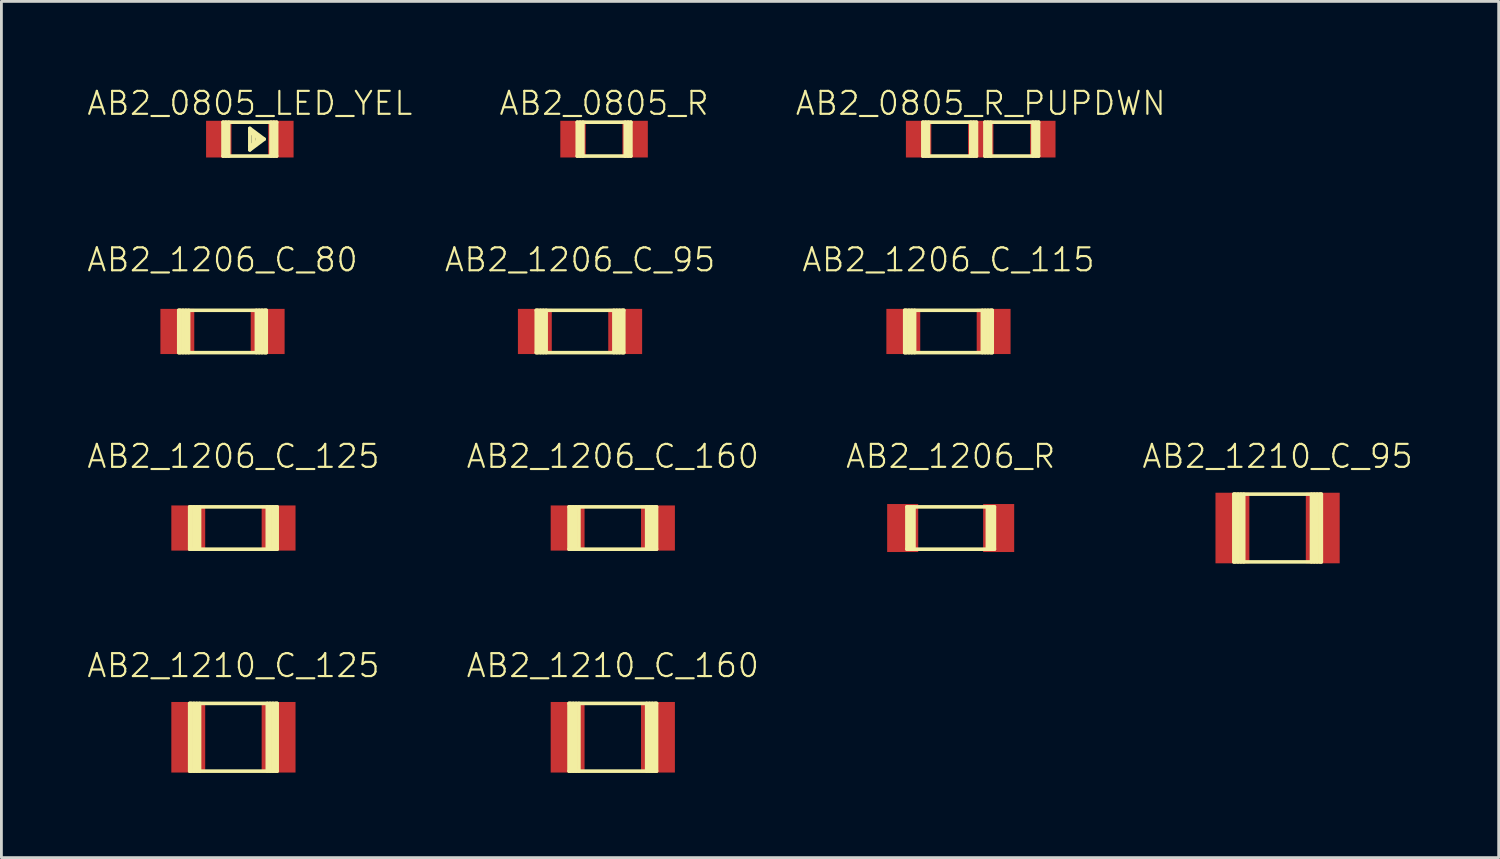
<source format=kicad_pcb>
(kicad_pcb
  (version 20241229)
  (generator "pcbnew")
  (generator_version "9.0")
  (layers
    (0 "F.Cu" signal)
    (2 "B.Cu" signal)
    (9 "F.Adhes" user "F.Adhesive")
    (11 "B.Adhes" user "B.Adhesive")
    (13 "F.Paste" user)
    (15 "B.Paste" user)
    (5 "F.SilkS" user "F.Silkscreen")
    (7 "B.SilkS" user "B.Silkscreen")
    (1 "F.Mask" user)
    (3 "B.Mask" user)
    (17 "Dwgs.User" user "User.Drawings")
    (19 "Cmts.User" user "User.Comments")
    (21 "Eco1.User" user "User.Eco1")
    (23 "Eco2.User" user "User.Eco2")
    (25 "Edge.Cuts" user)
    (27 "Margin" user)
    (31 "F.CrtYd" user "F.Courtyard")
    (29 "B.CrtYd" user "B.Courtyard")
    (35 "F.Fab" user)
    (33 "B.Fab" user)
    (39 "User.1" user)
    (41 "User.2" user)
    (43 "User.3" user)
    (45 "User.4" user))
  (footprint "AB2_1206_C_95"
    (layer "F.Cu")
    (at 17.497 8.692)
    (property "Reference" "AB2_1206_C_95" (at 0 -2.54 0) (layer "F.SilkS") (effects (font (size 0.813 0.813) (thickness 0.076))))
    (attr through_hole)
    (fp_line (start -1.55 -0.75) (end 1.55 -0.75) (stroke (width 0.127) (type solid)) (layer "F.SilkS"))
    (fp_line (start -1.55 0.75) (end -1.55 -0.75) (stroke (width 0.127) (type solid)) (layer "F.SilkS"))
    (fp_line (start -1.5 0.75) (end -1.5 -0.75) (stroke (width 0.127) (type solid)) (layer "F.SilkS"))
    (fp_line (start -1.4 -0.75) (end -1.4 0.75) (stroke (width 0.127) (type solid)) (layer "F.SilkS"))
    (fp_line (start -1.3 0.75) (end -1.3 -0.75) (stroke (width 0.127) (type solid)) (layer "F.SilkS"))
    (fp_line (start -1.2 -0.75) (end -1.2 0.75) (stroke (width 0.127) (type solid)) (layer "F.SilkS"))
    (fp_line (start 1.2 -0.75) (end 1.2 0.75) (stroke (width 0.127) (type solid)) (layer "F.SilkS"))
    (fp_line (start 1.3 0.75) (end 1.3 -0.75) (stroke (width 0.127) (type solid)) (layer "F.SilkS"))
    (fp_line (start 1.4 -0.75) (end 1.4 0.75) (stroke (width 0.127) (type solid)) (layer "F.SilkS"))
    (fp_line (start 1.5 0.75) (end 1.5 -0.75) (stroke (width 0.127) (type solid)) (layer "F.SilkS"))
    (fp_line (start 1.55 -0.75) (end 1.55 0.75) (stroke (width 0.127) (type solid)) (layer "F.SilkS"))
    (fp_line (start 1.55 0.75) (end -1.55 0.75) (stroke (width 0.127) (type solid)) (layer "F.SilkS"))
    (pad "1" smd rect (at -1.6 0) (size 1.2 1.6) (layers "F.Cu" "F.Mask" "F.Paste"))
    (pad "2" smd rect (at 1.6 0) (size 1.2 1.6) (layers "F.Cu" "F.Mask" "F.Paste")))
  (footprint "AB2_1210_C_125"
    (layer "F.Cu")
    (at 5.219 23.067)
    (property "Reference" "AB2_1210_C_125" (at 0 -2.54 0) (layer "F.SilkS") (effects (font (size 0.813 0.813) (thickness 0.076))))
    (attr through_hole)
    (fp_line (start -1.55 -1.2) (end 1.55 -1.2) (stroke (width 0.127) (type solid)) (layer "F.SilkS"))
    (fp_line (start -1.55 1.2) (end -1.55 -1.2) (stroke (width 0.127) (type solid)) (layer "F.SilkS"))
    (fp_line (start -1.5 -1.2) (end -1.5 1.2) (stroke (width 0.127) (type solid)) (layer "F.SilkS"))
    (fp_line (start -1.4 1.2) (end -1.4 -1.2) (stroke (width 0.127) (type solid)) (layer "F.SilkS"))
    (fp_line (start -1.3 -1.2) (end -1.3 1.2) (stroke (width 0.127) (type solid)) (layer "F.SilkS"))
    (fp_line (start -1.2 1.2) (end -1.2 -1.2) (stroke (width 0.127) (type solid)) (layer "F.SilkS"))
    (fp_line (start 1.2 1.2) (end 1.2 -1.2) (stroke (width 0.127) (type solid)) (layer "F.SilkS"))
    (fp_line (start 1.3 -1.2) (end 1.3 1.2) (stroke (width 0.127) (type solid)) (layer "F.SilkS"))
    (fp_line (start 1.4 1.2) (end 1.4 -1.2) (stroke (width 0.127) (type solid)) (layer "F.SilkS"))
    (fp_line (start 1.5 -1.2) (end 1.5 1.2) (stroke (width 0.127) (type solid)) (layer "F.SilkS"))
    (fp_line (start 1.55 -1.2) (end 1.55 1.2) (stroke (width 0.127) (type solid)) (layer "F.SilkS"))
    (fp_line (start 1.55 1.2) (end -1.55 1.2) (stroke (width 0.127) (type solid)) (layer "F.SilkS"))
    (pad "1" smd rect (at -1.6 0) (size 1.2 2.5) (layers "F.Cu" "F.Mask" "F.Paste"))
    (pad "2" smd rect (at 1.6 0) (size 1.2 2.5) (layers "F.Cu" "F.Mask" "F.Paste")))
  (footprint "AB2_1206_C_115"
    (layer "F.Cu")
    (at 30.549 8.692)
    (property "Reference" "AB2_1206_C_115" (at 0 -2.54 0) (layer "F.SilkS") (effects (font (size 0.813 0.813) (thickness 0.076))))
    (attr through_hole)
    (fp_line (start -1.55 -0.75) (end 1.55 -0.75) (stroke (width 0.127) (type solid)) (layer "F.SilkS"))
    (fp_line (start -1.55 0.75) (end -1.55 -0.75) (stroke (width 0.127) (type solid)) (layer "F.SilkS"))
    (fp_line (start -1.5 0.75) (end -1.5 -0.75) (stroke (width 0.127) (type solid)) (layer "F.SilkS"))
    (fp_line (start -1.4 -0.75) (end -1.4 0.75) (stroke (width 0.127) (type solid)) (layer "F.SilkS"))
    (fp_line (start -1.3 0.75) (end -1.3 -0.75) (stroke (width 0.127) (type solid)) (layer "F.SilkS"))
    (fp_line (start -1.2 -0.75) (end -1.2 0.75) (stroke (width 0.127) (type solid)) (layer "F.SilkS"))
    (fp_line (start 1.2 -0.75) (end 1.2 0.75) (stroke (width 0.127) (type solid)) (layer "F.SilkS"))
    (fp_line (start 1.3 0.75) (end 1.3 -0.75) (stroke (width 0.127) (type solid)) (layer "F.SilkS"))
    (fp_line (start 1.4 -0.75) (end 1.4 0.75) (stroke (width 0.127) (type solid)) (layer "F.SilkS"))
    (fp_line (start 1.5 0.75) (end 1.5 -0.75) (stroke (width 0.127) (type solid)) (layer "F.SilkS"))
    (fp_line (start 1.55 -0.75) (end 1.55 0.75) (stroke (width 0.127) (type solid)) (layer "F.SilkS"))
    (fp_line (start 1.55 0.75) (end -1.55 0.75) (stroke (width 0.127) (type solid)) (layer "F.SilkS"))
    (pad "1" smd rect (at -1.6 0) (size 1.2 1.6) (layers "F.Cu" "F.Mask" "F.Paste"))
    (pad "2" smd rect (at 1.6 0) (size 1.2 1.6) (layers "F.Cu" "F.Mask" "F.Paste")))
  (footprint "AB2_1206_C_125"
    (layer "F.Cu")
    (at 5.219 15.655)
    (property "Reference" "AB2_1206_C_125" (at 0 -2.54 0) (layer "F.SilkS") (effects (font (size 0.813 0.813) (thickness 0.076))))
    (attr through_hole)
    (fp_line (start -1.55 -0.75) (end 1.55 -0.75) (stroke (width 0.127) (type solid)) (layer "F.SilkS"))
    (fp_line (start -1.55 0.75) (end -1.55 -0.75) (stroke (width 0.127) (type solid)) (layer "F.SilkS"))
    (fp_line (start -1.5 0.75) (end -1.5 -0.75) (stroke (width 0.127) (type solid)) (layer "F.SilkS"))
    (fp_line (start -1.4 -0.75) (end -1.4 0.75) (stroke (width 0.127) (type solid)) (layer "F.SilkS"))
    (fp_line (start -1.3 0.75) (end -1.3 -0.75) (stroke (width 0.127) (type solid)) (layer "F.SilkS"))
    (fp_line (start -1.2 -0.75) (end -1.2 0.75) (stroke (width 0.127) (type solid)) (layer "F.SilkS"))
    (fp_line (start 1.2 -0.75) (end 1.2 0.75) (stroke (width 0.127) (type solid)) (layer "F.SilkS"))
    (fp_line (start 1.3 0.75) (end 1.3 -0.75) (stroke (width 0.127) (type solid)) (layer "F.SilkS"))
    (fp_line (start 1.4 -0.75) (end 1.4 0.75) (stroke (width 0.127) (type solid)) (layer "F.SilkS"))
    (fp_line (start 1.5 0.75) (end 1.5 -0.75) (stroke (width 0.127) (type solid)) (layer "F.SilkS"))
    (fp_line (start 1.55 -0.75) (end 1.55 0.75) (stroke (width 0.127) (type solid)) (layer "F.SilkS"))
    (fp_line (start 1.55 0.75) (end -1.55 0.75) (stroke (width 0.127) (type solid)) (layer "F.SilkS"))
    (pad "1" smd rect (at -1.6 0) (size 1.2 1.6) (layers "F.Cu" "F.Mask" "F.Paste"))
    (pad "2" smd rect (at 1.6 0) (size 1.2 1.6) (layers "F.Cu" "F.Mask" "F.Paste")))
  (footprint "AB2_0805_LED_YEL"
    (layer "F.Cu")
    (at 5.8 1.879)
    (property "Reference" "AB2_0805_LED_YEL" (at 0 -1.27 0) (layer "F.SilkS") (effects (font (size 0.813 0.813) (thickness 0.076))))
    (attr through_hole)
    (fp_line (start -0.95 -0.6) (end 0.95 -0.6) (stroke (width 0.127) (type solid)) (layer "F.SilkS"))
    (fp_line (start -0.95 0.6) (end -0.95 -0.6) (stroke (width 0.127) (type solid)) (layer "F.SilkS"))
    (fp_line (start -0.85 0.6) (end -0.85 -0.6) (stroke (width 0.127) (type solid)) (layer "F.SilkS"))
    (fp_line (start -0.75 -0.6) (end -0.75 0.6) (stroke (width 0.127) (type solid)) (layer "F.SilkS"))
    (fp_line (start 0 -0.381) (end 0 0.381) (stroke (width 0.127) (type solid)) (layer "F.SilkS"))
    (fp_line (start 0 0.381) (end 0.508 0) (stroke (width 0.127) (type solid)) (layer "F.SilkS"))
    (fp_line (start 0.127 -0.254) (end 0.127 0.254) (stroke (width 0.127) (type solid)) (layer "F.SilkS"))
    (fp_line (start 0.254 -0.127) (end 0.254 0.127) (stroke (width 0.127) (type solid)) (layer "F.SilkS"))
    (fp_line (start 0.381 0) (end 0 -0.254) (stroke (width 0.127) (type solid)) (layer "F.SilkS"))
    (fp_line (start 0.381 0) (end 0 0.254) (stroke (width 0.127) (type solid)) (layer "F.SilkS"))
    (fp_line (start 0.508 0) (end 0 -0.381) (stroke (width 0.127) (type solid)) (layer "F.SilkS"))
    (fp_line (start 0.75 -0.6) (end 0.75 0.6) (stroke (width 0.127) (type solid)) (layer "F.SilkS"))
    (fp_line (start 0.85 0.6) (end 0.85 -0.6) (stroke (width 0.127) (type solid)) (layer "F.SilkS"))
    (fp_line (start 0.95 -0.6) (end 0.95 0.6) (stroke (width 0.127) (type solid)) (layer "F.SilkS"))
    (fp_line (start 0.95 0.6) (end -0.95 0.6) (stroke (width 0.127) (type solid)) (layer "F.SilkS"))
    (pad "1" smd rect (at -1.1 0) (size 0.9 1.3) (layers "F.Cu" "F.Mask" "F.Paste"))
    (pad "2" smd rect (at 1.1 0) (size 0.9 1.3) (layers "F.Cu" "F.Mask" "F.Paste")))
  (footprint "AB2_1210_C_95"
    (layer "F.Cu")
    (at 42.208 15.655)
    (property "Reference" "AB2_1210_C_95" (at 0 -2.54 0) (layer "F.SilkS") (effects (font (size 0.813 0.813) (thickness 0.076))))
    (attr through_hole)
    (fp_line (start -1.55 -1.2) (end 1.55 -1.2) (stroke (width 0.127) (type solid)) (layer "F.SilkS"))
    (fp_line (start -1.55 1.2) (end -1.55 -1.2) (stroke (width 0.127) (type solid)) (layer "F.SilkS"))
    (fp_line (start -1.5 -1.2) (end -1.5 1.2) (stroke (width 0.127) (type solid)) (layer "F.SilkS"))
    (fp_line (start -1.4 1.2) (end -1.4 -1.2) (stroke (width 0.127) (type solid)) (layer "F.SilkS"))
    (fp_line (start -1.3 -1.2) (end -1.3 1.2) (stroke (width 0.127) (type solid)) (layer "F.SilkS"))
    (fp_line (start -1.2 1.2) (end -1.2 -1.2) (stroke (width 0.127) (type solid)) (layer "F.SilkS"))
    (fp_line (start 1.2 1.2) (end 1.2 -1.2) (stroke (width 0.127) (type solid)) (layer "F.SilkS"))
    (fp_line (start 1.3 -1.2) (end 1.3 1.2) (stroke (width 0.127) (type solid)) (layer "F.SilkS"))
    (fp_line (start 1.4 1.2) (end 1.4 -1.2) (stroke (width 0.127) (type solid)) (layer "F.SilkS"))
    (fp_line (start 1.5 -1.2) (end 1.5 1.2) (stroke (width 0.127) (type solid)) (layer "F.SilkS"))
    (fp_line (start 1.55 -1.2) (end 1.55 1.2) (stroke (width 0.127) (type solid)) (layer "F.SilkS"))
    (fp_line (start 1.55 1.2) (end -1.55 1.2) (stroke (width 0.127) (type solid)) (layer "F.SilkS"))
    (pad "1" smd rect (at -1.6 0) (size 1.2 2.5) (layers "F.Cu" "F.Mask" "F.Paste"))
    (pad "2" smd rect (at 1.6 0) (size 1.2 2.5) (layers "F.Cu" "F.Mask" "F.Paste")))
  (footprint "AB2_0805_R_PUPDWN"
    (layer "F.Cu")
    (at 31.691 1.879)
    (property "Reference" "AB2_0805_R_PUPDWN" (at 0 -1.27 0) (layer "F.SilkS") (effects (font (size 0.813 0.813) (thickness 0.076))))
    (attr through_hole)
    (fp_line (start -2.05 -0.6) (end -0.15 -0.6) (stroke (width 0.127) (type solid)) (layer "F.SilkS"))
    (fp_line (start -2.05 0.6) (end -2.05 -0.6) (stroke (width 0.127) (type solid)) (layer "F.SilkS"))
    (fp_line (start -1.95 0.6) (end -1.95 -0.6) (stroke (width 0.127) (type solid)) (layer "F.SilkS"))
    (fp_line (start -1.85 -0.6) (end -1.85 0.6) (stroke (width 0.127) (type solid)) (layer "F.SilkS"))
    (fp_line (start -0.35 -0.6) (end -0.35 0.6) (stroke (width 0.127) (type solid)) (layer "F.SilkS"))
    (fp_line (start -0.25 0.6) (end -0.25 -0.6) (stroke (width 0.127) (type solid)) (layer "F.SilkS"))
    (fp_line (start -0.15 -0.6) (end -0.15 0.6) (stroke (width 0.127) (type solid)) (layer "F.SilkS"))
    (fp_line (start -0.15 0.6) (end -2.05 0.6) (stroke (width 0.127) (type solid)) (layer "F.SilkS"))
    (fp_line (start 0.15 -0.6) (end 2.05 -0.6) (stroke (width 0.127) (type solid)) (layer "F.SilkS"))
    (fp_line (start 0.15 0.6) (end 0.15 -0.6) (stroke (width 0.127) (type solid)) (layer "F.SilkS"))
    (fp_line (start 0.25 0.6) (end 0.25 -0.6) (stroke (width 0.127) (type solid)) (layer "F.SilkS"))
    (fp_line (start 0.35 -0.6) (end 0.35 0.6) (stroke (width 0.127) (type solid)) (layer "F.SilkS"))
    (fp_line (start 1.85 -0.6) (end 1.85 0.6) (stroke (width 0.127) (type solid)) (layer "F.SilkS"))
    (fp_line (start 1.95 0.6) (end 1.95 -0.6) (stroke (width 0.127) (type solid)) (layer "F.SilkS"))
    (fp_line (start 2.05 -0.6) (end 2.05 0.6) (stroke (width 0.127) (type solid)) (layer "F.SilkS"))
    (fp_line (start 2.05 0.6) (end 0.15 0.6) (stroke (width 0.127) (type solid)) (layer "F.SilkS"))
    (pad "1" smd rect (at -2.2 0) (size 0.9 1.3) (layers "F.Cu" "F.Mask" "F.Paste"))
    (pad "2" smd rect (at 0 0) (size 0.9 1.3) (layers "F.Cu" "F.Mask" "F.Paste"))
    (pad "3" smd rect (at 2.2 0) (size 0.9 1.3) (layers "F.Cu" "F.Mask" "F.Paste")))
  (footprint "AB2_1206_C_80"
    (layer "F.Cu")
    (at 4.832 8.692)
    (property "Reference" "AB2_1206_C_80" (at 0 -2.54 0) (layer "F.SilkS") (effects (font (size 0.813 0.813) (thickness 0.076))))
    (attr through_hole)
    (fp_line (start -1.55 -0.75) (end 1.55 -0.75) (stroke (width 0.127) (type solid)) (layer "F.SilkS"))
    (fp_line (start -1.55 0.75) (end -1.55 -0.75) (stroke (width 0.127) (type solid)) (layer "F.SilkS"))
    (fp_line (start -1.5 0.75) (end -1.5 -0.75) (stroke (width 0.127) (type solid)) (layer "F.SilkS"))
    (fp_line (start -1.4 -0.75) (end -1.4 0.75) (stroke (width 0.127) (type solid)) (layer "F.SilkS"))
    (fp_line (start -1.3 0.75) (end -1.3 -0.75) (stroke (width 0.127) (type solid)) (layer "F.SilkS"))
    (fp_line (start -1.2 -0.75) (end -1.2 0.75) (stroke (width 0.127) (type solid)) (layer "F.SilkS"))
    (fp_line (start 1.2 -0.75) (end 1.2 0.75) (stroke (width 0.127) (type solid)) (layer "F.SilkS"))
    (fp_line (start 1.3 0.75) (end 1.3 -0.75) (stroke (width 0.127) (type solid)) (layer "F.SilkS"))
    (fp_line (start 1.4 -0.75) (end 1.4 0.75) (stroke (width 0.127) (type solid)) (layer "F.SilkS"))
    (fp_line (start 1.5 0.75) (end 1.5 -0.75) (stroke (width 0.127) (type solid)) (layer "F.SilkS"))
    (fp_line (start 1.55 -0.75) (end 1.55 0.75) (stroke (width 0.127) (type solid)) (layer "F.SilkS"))
    (fp_line (start 1.55 0.75) (end -1.55 0.75) (stroke (width 0.127) (type solid)) (layer "F.SilkS"))
    (pad "1" smd rect (at -1.6 0) (size 1.2 1.6) (layers "F.Cu" "F.Mask" "F.Paste"))
    (pad "2" smd rect (at 1.6 0) (size 1.2 1.6) (layers "F.Cu" "F.Mask" "F.Paste")))
  (footprint "AB2_0805_R"
    (layer "F.Cu")
    (at 18.349 1.879)
    (property "Reference" "AB2_0805_R" (at 0 -1.27 0) (layer "F.SilkS") (effects (font (size 0.813 0.813) (thickness 0.076))))
    (attr through_hole)
    (fp_line (start -0.95 -0.6) (end 0.95 -0.6) (stroke (width 0.127) (type solid)) (layer "F.SilkS"))
    (fp_line (start -0.95 0.6) (end -0.95 -0.6) (stroke (width 0.127) (type solid)) (layer "F.SilkS"))
    (fp_line (start -0.85 0.6) (end -0.85 -0.6) (stroke (width 0.127) (type solid)) (layer "F.SilkS"))
    (fp_line (start -0.75 -0.6) (end -0.75 0.6) (stroke (width 0.127) (type solid)) (layer "F.SilkS"))
    (fp_line (start 0.75 -0.6) (end 0.75 0.6) (stroke (width 0.127) (type solid)) (layer "F.SilkS"))
    (fp_line (start 0.85 0.6) (end 0.85 -0.6) (stroke (width 0.127) (type solid)) (layer "F.SilkS"))
    (fp_line (start 0.95 -0.6) (end 0.95 0.6) (stroke (width 0.127) (type solid)) (layer "F.SilkS"))
    (fp_line (start 0.95 0.6) (end -0.95 0.6) (stroke (width 0.127) (type solid)) (layer "F.SilkS"))
    (pad "1" smd rect (at -1.1 0) (size 0.9 1.3) (layers "F.Cu" "F.Mask" "F.Paste"))
    (pad "2" smd rect (at 1.1 0) (size 0.9 1.3) (layers "F.Cu" "F.Mask" "F.Paste")))
  (footprint "AB2_1206_R"
    (layer "F.Cu")
    (at 30.627 15.655)
    (property "Reference" "AB2_1206_R" (at 0 -2.54 0) (layer "F.SilkS") (effects (font (size 0.813 0.813) (thickness 0.076))))
    (attr through_hole)
    (fp_line (start -1.55 -0.75) (end 1.55 -0.75) (stroke (width 0.127) (type solid)) (layer "F.SilkS"))
    (fp_line (start -1.55 0.75) (end -1.55 -0.75) (stroke (width 0.127) (type solid)) (layer "F.SilkS"))
    (fp_line (start -1.5 0.75) (end -1.5 -0.75) (stroke (width 0.127) (type solid)) (layer "F.SilkS"))
    (fp_line (start -1.4 -0.75) (end -1.4 0.75) (stroke (width 0.127) (type solid)) (layer "F.SilkS"))
    (fp_line (start -1.3 0.75) (end -1.3 -0.75) (stroke (width 0.127) (type solid)) (layer "F.SilkS"))
    (fp_line (start 1.3 0.75) (end 1.3 -0.75) (stroke (width 0.127) (type solid)) (layer "F.SilkS"))
    (fp_line (start 1.4 -0.75) (end 1.4 0.75) (stroke (width 0.127) (type solid)) (layer "F.SilkS"))
    (fp_line (start 1.5 0.75) (end 1.5 -0.75) (stroke (width 0.127) (type solid)) (layer "F.SilkS"))
    (fp_line (start 1.55 -0.75) (end 1.55 0.75) (stroke (width 0.127) (type solid)) (layer "F.SilkS"))
    (fp_line (start 1.55 0.75) (end -1.55 0.75) (stroke (width 0.127) (type solid)) (layer "F.SilkS"))
    (pad "1" smd rect (at -1.7 0) (size 1.1 1.7) (layers "F.Cu" "F.Mask" "F.Paste"))
    (pad "2" smd rect (at 1.7 0) (size 1.1 1.7) (layers "F.Cu" "F.Mask" "F.Paste")))
  (footprint "AB2_1206_C_160"
    (layer "F.Cu")
    (at 18.658 15.655)
    (property "Reference" "AB2_1206_C_160" (at 0 -2.54 0) (layer "F.SilkS") (effects (font (size 0.813 0.813) (thickness 0.076))))
    (attr through_hole)
    (fp_line (start -1.55 -0.75) (end 1.55 -0.75) (stroke (width 0.127) (type solid)) (layer "F.SilkS"))
    (fp_line (start -1.55 0.75) (end -1.55 -0.75) (stroke (width 0.127) (type solid)) (layer "F.SilkS"))
    (fp_line (start -1.5 0.75) (end -1.5 -0.75) (stroke (width 0.127) (type solid)) (layer "F.SilkS"))
    (fp_line (start -1.4 -0.75) (end -1.4 0.75) (stroke (width 0.127) (type solid)) (layer "F.SilkS"))
    (fp_line (start -1.3 0.75) (end -1.3 -0.75) (stroke (width 0.127) (type solid)) (layer "F.SilkS"))
    (fp_line (start -1.2 -0.75) (end -1.2 0.75) (stroke (width 0.127) (type solid)) (layer "F.SilkS"))
    (fp_line (start 1.2 -0.75) (end 1.2 0.75) (stroke (width 0.127) (type solid)) (layer "F.SilkS"))
    (fp_line (start 1.3 0.75) (end 1.3 -0.75) (stroke (width 0.127) (type solid)) (layer "F.SilkS"))
    (fp_line (start 1.4 -0.75) (end 1.4 0.75) (stroke (width 0.127) (type solid)) (layer "F.SilkS"))
    (fp_line (start 1.5 0.75) (end 1.5 -0.75) (stroke (width 0.127) (type solid)) (layer "F.SilkS"))
    (fp_line (start 1.55 -0.75) (end 1.55 0.75) (stroke (width 0.127) (type solid)) (layer "F.SilkS"))
    (fp_line (start 1.55 0.75) (end -1.55 0.75) (stroke (width 0.127) (type solid)) (layer "F.SilkS"))
    (pad "1" smd rect (at -1.6 0) (size 1.2 1.6) (layers "F.Cu" "F.Mask" "F.Paste"))
    (pad "2" smd rect (at 1.6 0) (size 1.2 1.6) (layers "F.Cu" "F.Mask" "F.Paste")))
  (footprint "AB2_1210_C_160"
    (layer "F.Cu")
    (at 18.658 23.067)
    (property "Reference" "AB2_1210_C_160" (at 0 -2.54 0) (layer "F.SilkS") (effects (font (size 0.813 0.813) (thickness 0.076))))
    (attr through_hole)
    (fp_line (start -1.55 -1.2) (end 1.55 -1.2) (stroke (width 0.127) (type solid)) (layer "F.SilkS"))
    (fp_line (start -1.55 1.2) (end -1.55 -1.2) (stroke (width 0.127) (type solid)) (layer "F.SilkS"))
    (fp_line (start -1.5 -1.2) (end -1.5 1.2) (stroke (width 0.127) (type solid)) (layer "F.SilkS"))
    (fp_line (start -1.4 1.2) (end -1.4 -1.2) (stroke (width 0.127) (type solid)) (layer "F.SilkS"))
    (fp_line (start -1.3 -1.2) (end -1.3 1.2) (stroke (width 0.127) (type solid)) (layer "F.SilkS"))
    (fp_line (start -1.2 1.2) (end -1.2 -1.2) (stroke (width 0.127) (type solid)) (layer "F.SilkS"))
    (fp_line (start 1.2 1.2) (end 1.2 -1.2) (stroke (width 0.127) (type solid)) (layer "F.SilkS"))
    (fp_line (start 1.3 -1.2) (end 1.3 1.2) (stroke (width 0.127) (type solid)) (layer "F.SilkS"))
    (fp_line (start 1.4 1.2) (end 1.4 -1.2) (stroke (width 0.127) (type solid)) (layer "F.SilkS"))
    (fp_line (start 1.5 -1.2) (end 1.5 1.2) (stroke (width 0.127) (type solid)) (layer "F.SilkS"))
    (fp_line (start 1.55 -1.2) (end 1.55 1.2) (stroke (width 0.127) (type solid)) (layer "F.SilkS"))
    (fp_line (start 1.55 1.2) (end -1.55 1.2) (stroke (width 0.127) (type solid)) (layer "F.SilkS"))
    (pad "1" smd rect (at -1.6 0) (size 1.2 2.5) (layers "F.Cu" "F.Mask" "F.Paste"))
    (pad "2" smd rect (at 1.6 0) (size 1.2 2.5) (layers "F.Cu" "F.Mask" "F.Paste")))
  (gr_rect
    (start -3 -3)
    (end 50.04 27.331)
    (stroke (width 0.1) (type default))
    (fill no)
    (layer "Edge.Cuts")))
</source>
